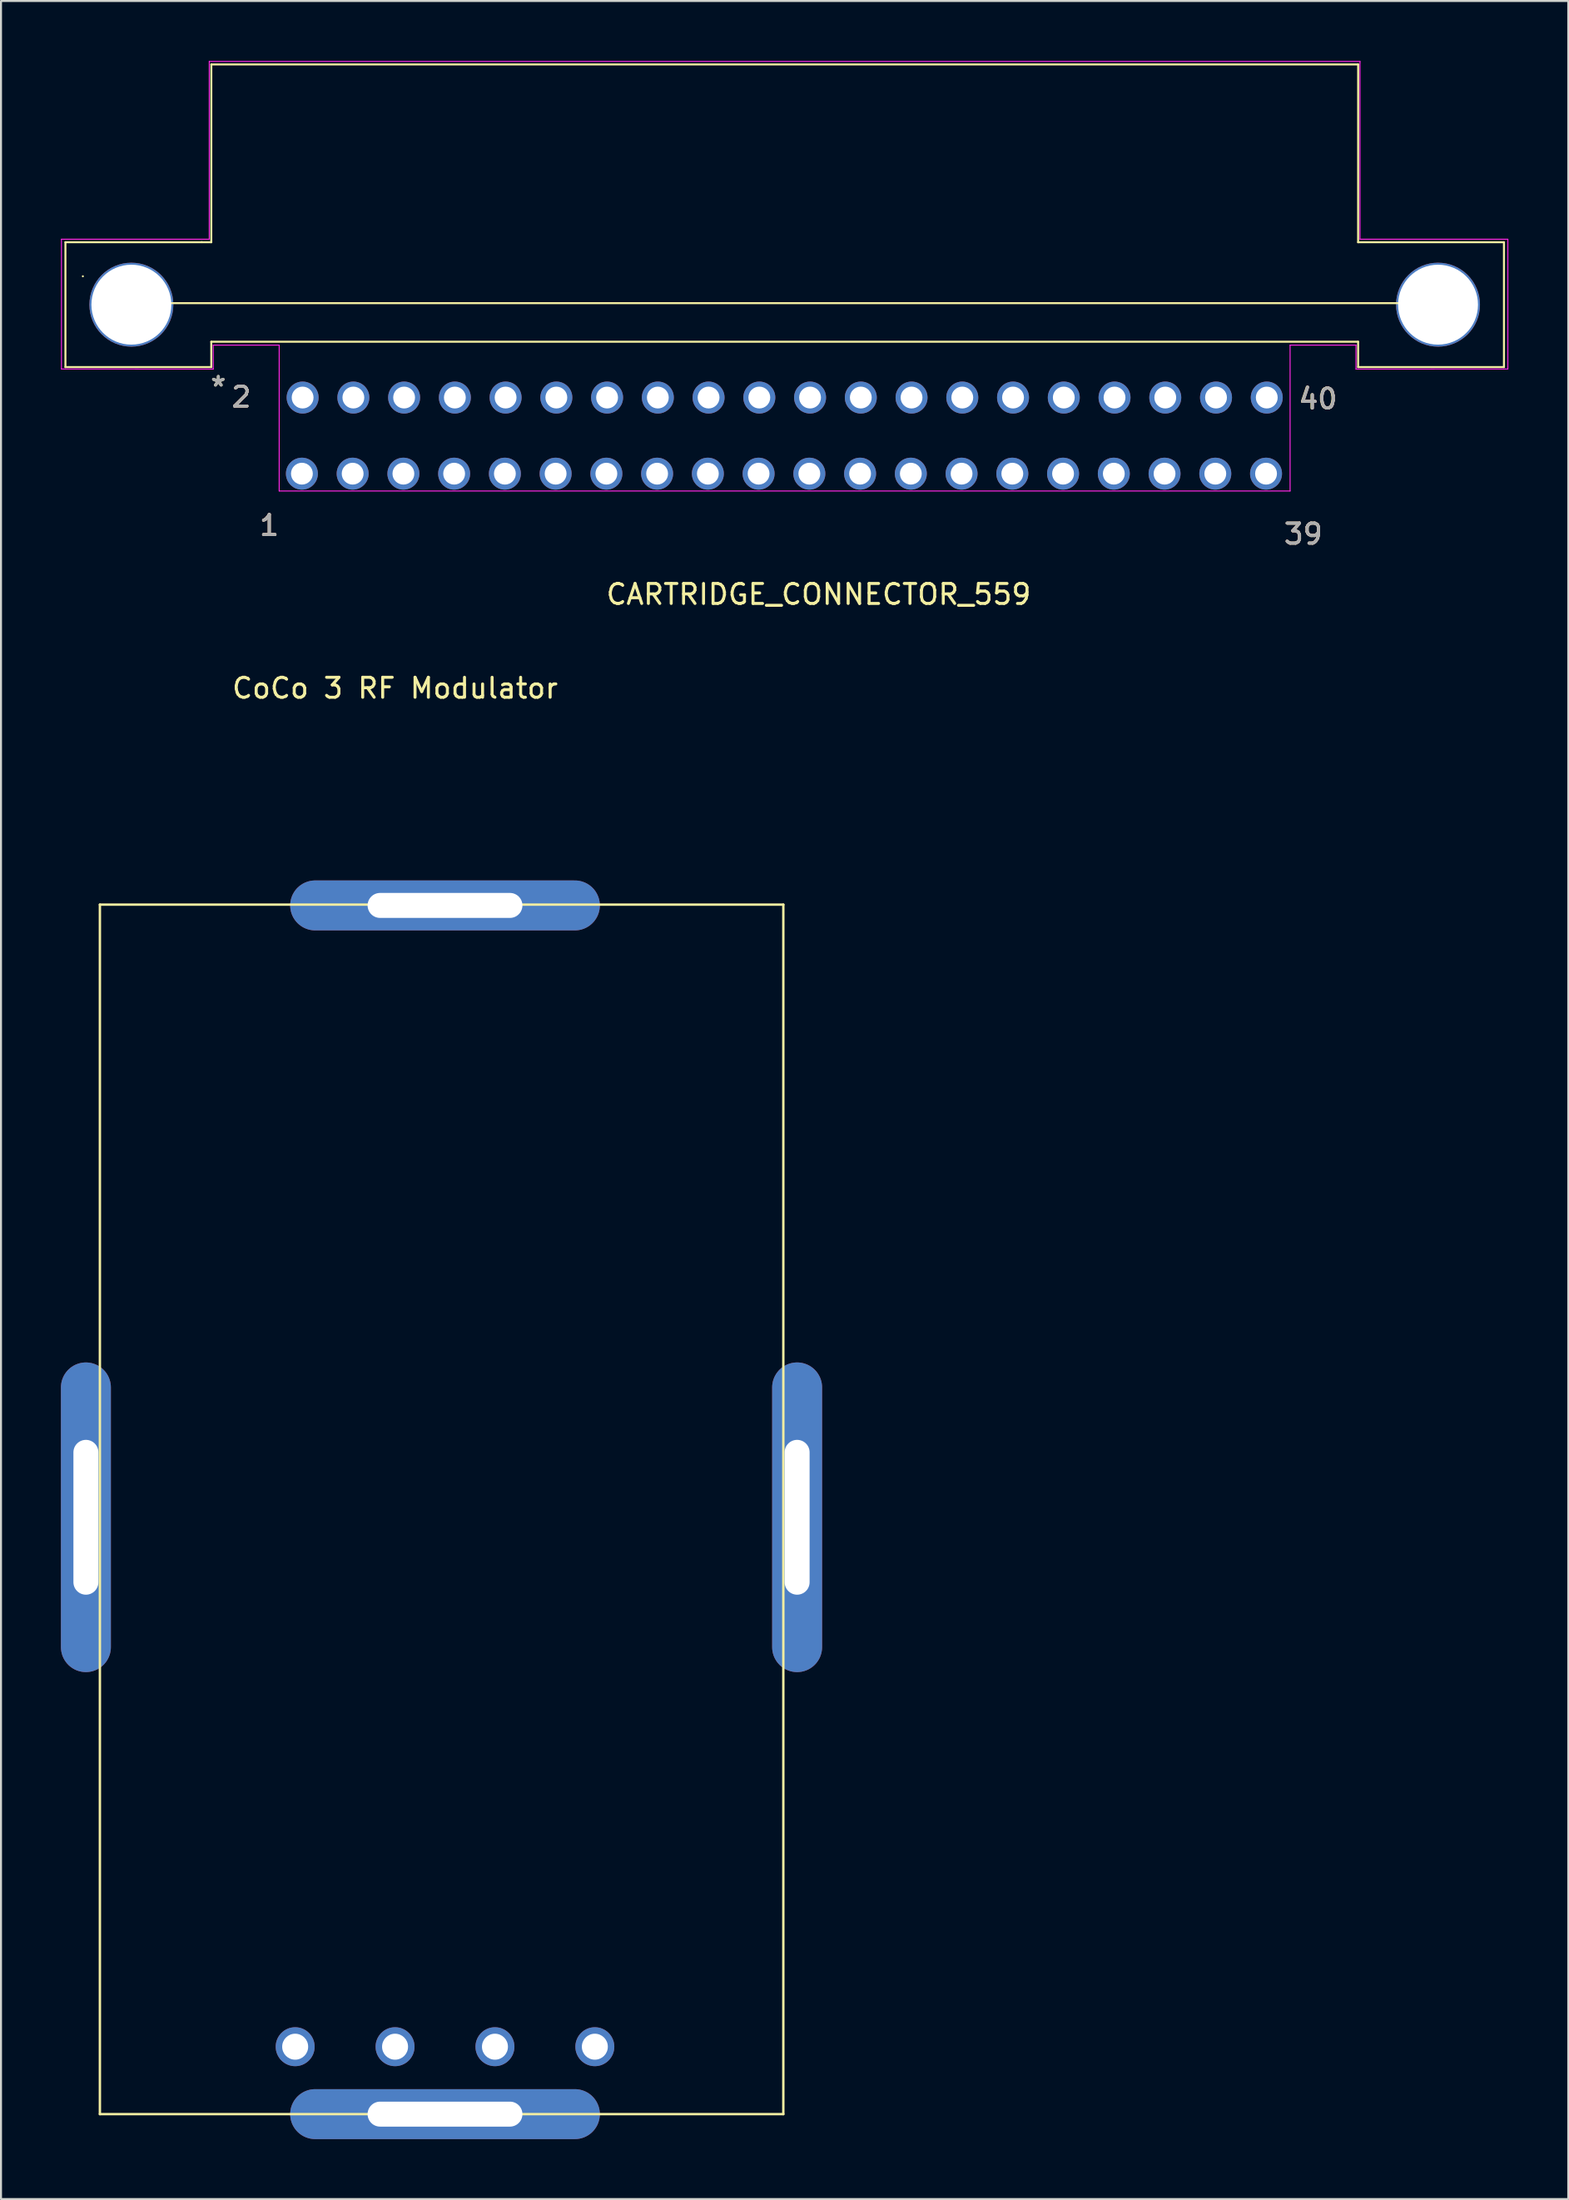
<source format=kicad_pcb>
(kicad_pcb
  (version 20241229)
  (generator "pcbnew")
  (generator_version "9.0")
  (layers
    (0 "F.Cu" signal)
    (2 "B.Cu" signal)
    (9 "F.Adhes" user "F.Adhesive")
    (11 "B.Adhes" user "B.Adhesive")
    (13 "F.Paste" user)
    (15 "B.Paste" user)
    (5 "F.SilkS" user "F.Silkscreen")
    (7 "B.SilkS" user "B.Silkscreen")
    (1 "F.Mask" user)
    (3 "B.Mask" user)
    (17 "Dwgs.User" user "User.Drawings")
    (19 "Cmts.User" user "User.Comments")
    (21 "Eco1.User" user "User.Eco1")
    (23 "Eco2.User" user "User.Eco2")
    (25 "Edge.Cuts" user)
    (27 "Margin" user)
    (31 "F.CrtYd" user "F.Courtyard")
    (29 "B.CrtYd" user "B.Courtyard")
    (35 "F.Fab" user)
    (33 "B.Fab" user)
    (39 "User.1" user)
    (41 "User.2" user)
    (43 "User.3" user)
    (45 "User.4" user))
  (footprint "CoCo 3 RF Modulator"
    (layer "F.Cu")
    (at 38.45 39.395)
    (property "Reference" "CoCo 3 RF Modulator" (at -21.725 -8 0) (layer "F.SilkS") (effects (font (size 1 1) (thickness 0.15))))
    (attr through_hole)
    (fp_line (start -36.5 2.835) (end -2.29 2.835) (stroke (width 0.12) (type solid)) (layer "F.SilkS"))
    (fp_line (start -36.5 63.375) (end -36.5 2.835) (stroke (width 0.12) (type solid)) (layer "F.SilkS"))
    (fp_line (start -2.29 2.835) (end -2.29 63.375) (stroke (width 0.12) (type solid)) (layer "F.SilkS"))
    (fp_line (start -2.29 63.375) (end -36.5 63.375) (stroke (width 0.12) (type solid)) (layer "F.SilkS"))
    (pad "1" thru_hole circle (at -26.725 60) (size 1.95 1.95) (drill 1.3) (layers "*.Cu" "*.Mask"))
    (pad "2" thru_hole circle (at -21.725 60) (size 1.95 1.95) (drill 1.3) (layers "*.Cu" "*.Mask"))
    (pad "3" thru_hole circle (at -16.725 60) (size 1.95 1.95) (drill 1.3) (layers "*.Cu" "*.Mask"))
    (pad "4" thru_hole circle (at -11.725 60) (size 1.95 1.95) (drill 1.3) (layers "*.Cu" "*.Mask"))
    (pad "5" thru_hole oval (at -37.2 33.5 90) (size 15.5 2.5) (drill oval 7.75 1.25) (layers "*.Cu" "*.Mask"))
    (pad "5" thru_hole oval (at -19.225 2.875) (size 15.5 2.5) (drill oval 7.75 1.25) (layers "*.Cu" "*.Mask"))
    (pad "5" thru_hole oval (at -19.225 63.375) (size 15.5 2.5) (drill oval 7.75 1.25) (layers "*.Cu" "*.Mask"))
    (pad "5" thru_hole oval (at -1.6 33.5 90) (size 15.5 2.5) (drill oval 7.75 1.25) (layers "*.Cu" "*.Mask")))
  (footprint "CARTRIDGE_CONNECTOR_559"
    (layer "F.Cu")
    (at 12.098 16.899)
    (property "Reference" "CARTRIDGE_CONNECTOR_559" (at 25.83 9.8 0) (layer "F.SilkS") (effects (font (size 1 1) (thickness 0.15))))
    (attr through_hole)
    (fp_line (start -11.873 -7.824) (end -4.572 -7.824) (stroke (width 0.1) (type default)) (layer "F.SilkS"))
    (fp_line (start -11.873 -1.574) (end -11.873 -7.824) (stroke (width 0.1) (type default)) (layer "F.SilkS"))
    (fp_line (start -11.873 -1.574) (end -4.572 -1.574) (stroke (width 0.1) (type default)) (layer "F.SilkS"))
    (fp_line (start -11 -6.12) (end -11 -6.12) (stroke (width 0.1) (type default)) (layer "F.SilkS"))
    (fp_line (start -5.05 -7.83) (end -5.05 -7.83) (stroke (width 0.1) (type default)) (layer "F.SilkS"))
    (fp_line (start -4.572 -7.824) (end -4.57 -16.724) (stroke (width 0.1) (type default)) (layer "F.SilkS"))
    (fp_line (start -4.572 -2.844) (end 52.833 -2.844) (stroke (width 0.1) (type default)) (layer "F.SilkS"))
    (fp_line (start -4.572 -1.574) (end -4.572 -2.844) (stroke (width 0.1) (type default)) (layer "F.SilkS"))
    (fp_line (start -4.57 -16.724) (end 52.835 -16.724) (stroke (width 0.1) (type default)) (layer "F.SilkS"))
    (fp_line (start 52.833 -7.824) (end 52.835 -16.724) (stroke (width 0.1) (type default)) (layer "F.SilkS"))
    (fp_line (start 52.833 -7.824) (end 60.133 -7.824) (stroke (width 0.1) (type default)) (layer "F.SilkS"))
    (fp_line (start 52.833 -1.574) (end 52.833 -2.844) (stroke (width 0.1) (type default)) (layer "F.SilkS"))
    (fp_line (start 52.833 -1.574) (end 60.133 -1.574) (stroke (width 0.1) (type default)) (layer "F.SilkS"))
    (fp_line (start 56.828 -4.774) (end -8.572 -4.774) (stroke (width 0.1) (type default)) (layer "F.SilkS"))
    (fp_line (start 60.133 -1.574) (end 60.133 -7.824) (stroke (width 0.1) (type default)) (layer "F.SilkS"))
    (fp_line (start -12.072 -7.974) (end -12.072 -1.479) (stroke (width 0.05) (type default)) (layer "F.CrtYd"))
    (fp_line (start -12.072 -1.479) (end -4.473 -1.474) (stroke (width 0.05) (type default)) (layer "F.CrtYd"))
    (fp_line (start -4.673 -16.874) (end -4.673 -7.974) (stroke (width 0.05) (type default)) (layer "F.CrtYd"))
    (fp_line (start -4.673 -7.974) (end -12.072 -7.974) (stroke (width 0.05) (type default)) (layer "F.CrtYd"))
    (fp_line (start -4.473 -2.674) (end -1.173 -2.674) (stroke (width 0.05) (type default)) (layer "F.CrtYd"))
    (fp_line (start -4.473 -1.474) (end -4.473 -2.674) (stroke (width 0.05) (type default)) (layer "F.CrtYd"))
    (fp_line (start -1.173 -2.674) (end -1.173 4.626) (stroke (width 0.05) (type default)) (layer "F.CrtYd"))
    (fp_line (start -1.173 4.626) (end 49.428 4.626) (stroke (width 0.05) (type default)) (layer "F.CrtYd"))
    (fp_line (start 49.428 -2.674) (end 49.428 4.626) (stroke (width 0.05) (type default)) (layer "F.CrtYd"))
    (fp_line (start 52.727 -2.674) (end 49.428 -2.674) (stroke (width 0.05) (type default)) (layer "F.CrtYd"))
    (fp_line (start 52.727 -1.474) (end 52.727 -2.674) (stroke (width 0.05) (type default)) (layer "F.CrtYd"))
    (fp_line (start 52.928 -16.874) (end -4.673 -16.874) (stroke (width 0.05) (type default)) (layer "F.CrtYd"))
    (fp_line (start 52.928 -16.874) (end 52.928 -7.974) (stroke (width 0.05) (type default)) (layer "F.CrtYd"))
    (fp_line (start 52.928 -7.974) (end 60.328 -7.974) (stroke (width 0.05) (type default)) (layer "F.CrtYd"))
    (fp_line (start 60.328 -1.479) (end 52.727 -1.474) (stroke (width 0.05) (type default)) (layer "F.CrtYd"))
    (fp_line (start 60.328 -1.479) (end 60.328 -7.974) (stroke (width 0.05) (type default)) (layer "F.CrtYd"))
    (fp_text user "*" (at -4.22 -0.56 0) (layer "F.SilkS") (effects (font (size 1 1) (thickness 0.15))))
    (fp_text user "1" (at -1.67 6.35 0) (layer "F.SilkS") (effects (font (size 1 1) (thickness 0.15))))
    (fp_text user "40" (at 50.81 0.02 0) (layer "F.SilkS") (effects (font (size 1 1) (thickness 0.15))))
    (fp_text user "2" (at -3.07 -0.08 0) (layer "F.SilkS") (effects (font (size 1 1) (thickness 0.15))))
    (fp_text user "39" (at 50.09 6.78 0) (layer "F.SilkS") (effects (font (size 1 1) (thickness 0.15))))
    (fp_text user "2" (at -3.07 -0.08 0) (layer "B.SilkS") (effects (font (size 1 1) (thickness 0.15))))
    (fp_text user "39" (at 50.09 6.78 0) (layer "B.SilkS") (effects (font (size 1 1) (thickness 0.15))))
    (fp_text user "1" (at -1.67 6.35 0) (layer "B.SilkS") (effects (font (size 1 1) (thickness 0.15))))
    (fp_text user "40" (at 50.83 0.02 0) (layer "B.SilkS") (effects (font (size 1 1) (thickness 0.15))))
    (fp_text user "1" (at -1.67 6.35 0) (layer "F.Fab") (effects (font (size 1 1) (thickness 0.15))))
    (fp_text user "40" (at 50.83 0.02 0) (layer "F.Fab") (effects (font (size 1 1) (thickness 0.15))))
    (fp_text user "*" (at -4.22 -0.56 0) (layer "F.Fab") (effects (font (size 1 1) (thickness 0.15))))
    (fp_text user "39" (at 50.09 6.78 0) (layer "F.Fab") (effects (font (size 1 1) (thickness 0.15))))
    (fp_text user "2" (at -3.07 -0.08 0) (layer "F.Fab") (effects (font (size 1 1) (thickness 0.15))))
    (pad "" thru_hole circle (at -8.572 -4.699) (size 4.2 4.2) (drill 4) (layers "*.Cu" "*.Mask"))
    (pad "" thru_hole circle (at 56.833 -4.699) (size 4.2 4.2) (drill 4) (layers "*.Cu" "*.Mask"))
    (pad "1" thru_hole circle (at -0.036 3.76) (size 1.6 1.6) (drill 1.092) (layers "*.Cu" "*.Mask"))
    (pad "2" thru_hole circle (at 0 -0.05) (size 1.6 1.6) (drill 1.092) (layers "*.Cu" "*.Mask"))
    (pad "3" thru_hole circle (at 2.504 3.76) (size 1.6 1.6) (drill 1.092) (layers "*.Cu" "*.Mask"))
    (pad "4" thru_hole circle (at 2.54 -0.05) (size 1.6 1.6) (drill 1.092) (layers "*.Cu" "*.Mask"))
    (pad "5" thru_hole circle (at 5.044 3.76) (size 1.6 1.6) (drill 1.092) (layers "*.Cu" "*.Mask"))
    (pad "6" thru_hole circle (at 5.08 -0.05) (size 1.6 1.6) (drill 1.092) (layers "*.Cu" "*.Mask"))
    (pad "7" thru_hole circle (at 7.584 3.76) (size 1.6 1.6) (drill 1.092) (layers "*.Cu" "*.Mask"))
    (pad "8" thru_hole circle (at 7.62 -0.05) (size 1.6 1.6) (drill 1.092) (layers "*.Cu" "*.Mask"))
    (pad "9" thru_hole circle (at 10.124 3.76) (size 1.6 1.6) (drill 1.092) (layers "*.Cu" "*.Mask"))
    (pad "10" thru_hole circle (at 10.16 -0.05) (size 1.6 1.6) (drill 1.092) (layers "*.Cu" "*.Mask"))
    (pad "11" thru_hole circle (at 12.664 3.76) (size 1.6 1.6) (drill 1.092) (layers "*.Cu" "*.Mask"))
    (pad "12" thru_hole circle (at 12.7 -0.05) (size 1.6 1.6) (drill 1.092) (layers "*.Cu" "*.Mask"))
    (pad "13" thru_hole circle (at 15.204 3.76) (size 1.6 1.6) (drill 1.092) (layers "*.Cu" "*.Mask"))
    (pad "14" thru_hole circle (at 15.24 -0.05) (size 1.6 1.6) (drill 1.092) (layers "*.Cu" "*.Mask"))
    (pad "15" thru_hole circle (at 17.744 3.76) (size 1.6 1.6) (drill 1.092) (layers "*.Cu" "*.Mask"))
    (pad "16" thru_hole circle (at 17.78 -0.05) (size 1.6 1.6) (drill 1.092) (layers "*.Cu" "*.Mask"))
    (pad "17" thru_hole circle (at 20.284 3.76) (size 1.6 1.6) (drill 1.092) (layers "*.Cu" "*.Mask"))
    (pad "18" thru_hole circle (at 20.32 -0.05) (size 1.6 1.6) (drill 1.092) (layers "*.Cu" "*.Mask"))
    (pad "19" thru_hole circle (at 22.824 3.76) (size 1.6 1.6) (drill 1.092) (layers "*.Cu" "*.Mask"))
    (pad "20" thru_hole circle (at 22.86 -0.05) (size 1.6 1.6) (drill 1.092) (layers "*.Cu" "*.Mask"))
    (pad "21" thru_hole circle (at 25.364 3.76) (size 1.6 1.6) (drill 1.092) (layers "*.Cu" "*.Mask"))
    (pad "22" thru_hole circle (at 25.4 -0.05) (size 1.6 1.6) (drill 1.092) (layers "*.Cu" "*.Mask"))
    (pad "23" thru_hole circle (at 27.904 3.76) (size 1.6 1.6) (drill 1.092) (layers "*.Cu" "*.Mask"))
    (pad "24" thru_hole circle (at 27.94 -0.05) (size 1.6 1.6) (drill 1.092) (layers "*.Cu" "*.Mask"))
    (pad "25" thru_hole circle (at 30.444 3.76) (size 1.6 1.6) (drill 1.092) (layers "*.Cu" "*.Mask"))
    (pad "26" thru_hole circle (at 30.48 -0.05) (size 1.6 1.6) (drill 1.092) (layers "*.Cu" "*.Mask"))
    (pad "27" thru_hole circle (at 32.984 3.76) (size 1.6 1.6) (drill 1.092) (layers "*.Cu" "*.Mask"))
    (pad "28" thru_hole circle (at 33.02 -0.05) (size 1.6 1.6) (drill 1.092) (layers "*.Cu" "*.Mask"))
    (pad "29" thru_hole circle (at 35.524 3.76) (size 1.6 1.6) (drill 1.092) (layers "*.Cu" "*.Mask"))
    (pad "30" thru_hole circle (at 35.56 -0.05) (size 1.6 1.6) (drill 1.092) (layers "*.Cu" "*.Mask"))
    (pad "31" thru_hole circle (at 38.064 3.76) (size 1.6 1.6) (drill 1.092) (layers "*.Cu" "*.Mask"))
    (pad "32" thru_hole circle (at 38.1 -0.05) (size 1.6 1.6) (drill 1.092) (layers "*.Cu" "*.Mask"))
    (pad "33" thru_hole circle (at 40.604 3.76) (size 1.6 1.6) (drill 1.092) (layers "*.Cu" "*.Mask"))
    (pad "34" thru_hole circle (at 40.64 -0.05) (size 1.6 1.6) (drill 1.092) (layers "*.Cu" "*.Mask"))
    (pad "35" thru_hole circle (at 43.144 3.76) (size 1.6 1.6) (drill 1.092) (layers "*.Cu" "*.Mask"))
    (pad "36" thru_hole circle (at 43.18 -0.05) (size 1.6 1.6) (drill 1.092) (layers "*.Cu" "*.Mask"))
    (pad "37" thru_hole circle (at 45.684 3.76) (size 1.6 1.6) (drill 1.092) (layers "*.Cu" "*.Mask"))
    (pad "38" thru_hole circle (at 45.72 -0.05) (size 1.6 1.6) (drill 1.092) (layers "*.Cu" "*.Mask"))
    (pad "39" thru_hole circle (at 48.224 3.76) (size 1.6 1.6) (drill 1.092) (layers "*.Cu" "*.Mask"))
    (pad "40" thru_hole circle (at 48.26 -0.05) (size 1.6 1.6) (drill 1.092) (layers "*.Cu" "*.Mask")))
  (gr_rect
    (start -3 -3)
    (end 75.45 107.02)
    (stroke (width 0.1) (type default))
    (fill no)
    (layer "Edge.Cuts")))
</source>
